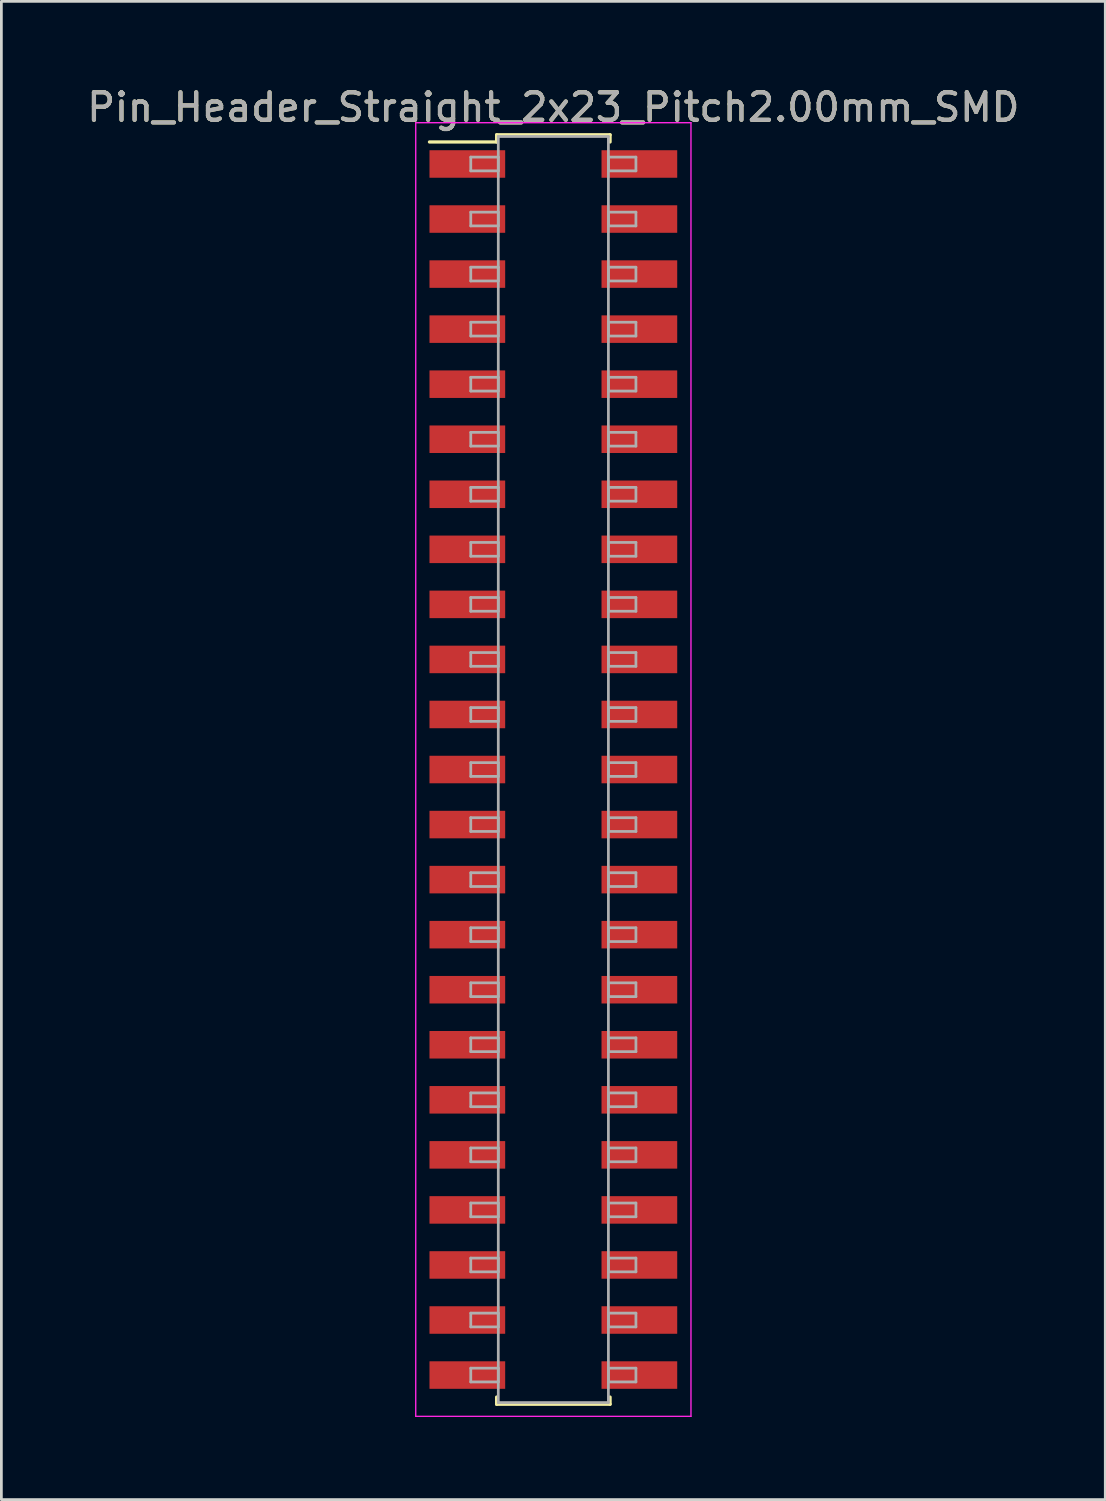
<source format=kicad_pcb>
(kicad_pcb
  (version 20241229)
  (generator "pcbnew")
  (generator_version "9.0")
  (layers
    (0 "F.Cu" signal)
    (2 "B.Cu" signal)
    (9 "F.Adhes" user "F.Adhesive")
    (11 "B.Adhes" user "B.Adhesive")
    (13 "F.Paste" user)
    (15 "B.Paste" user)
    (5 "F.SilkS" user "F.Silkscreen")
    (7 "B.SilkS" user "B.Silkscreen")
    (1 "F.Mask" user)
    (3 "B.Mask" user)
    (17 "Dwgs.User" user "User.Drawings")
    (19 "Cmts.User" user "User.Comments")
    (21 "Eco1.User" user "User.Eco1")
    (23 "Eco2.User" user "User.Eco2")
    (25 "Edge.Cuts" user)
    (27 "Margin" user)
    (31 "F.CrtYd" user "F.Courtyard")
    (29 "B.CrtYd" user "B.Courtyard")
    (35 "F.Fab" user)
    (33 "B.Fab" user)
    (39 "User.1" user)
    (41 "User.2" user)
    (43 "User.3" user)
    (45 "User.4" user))
  (footprint "Pin_Header_Straight_2x23_Pitch2.00mm_SMD"
    (layer "F.Cu")
    (at 17.054 24.908)
    (property "Reference" "Pin_Header_Straight_2x23_Pitch2.00mm_SMD" (at 0 -24.06 0) (layer "F.SilkS") (effects (font (size 1 1) (thickness 0.15))))
    (attr smd)
    (fp_line (start -4.5 -22.8) (end -2.06 -22.8) (stroke (width 0.12) (type solid)) (layer "F.SilkS"))
    (fp_line (start -2.06 -23.06) (end 2.06 -23.06) (stroke (width 0.12) (type solid)) (layer "F.SilkS"))
    (fp_line (start -2.06 -22.8) (end -2.06 -23.06) (stroke (width 0.12) (type solid)) (layer "F.SilkS"))
    (fp_line (start -2.06 22.8) (end -2.06 23.06) (stroke (width 0.12) (type solid)) (layer "F.SilkS"))
    (fp_line (start -2.06 23.06) (end 2.06 23.06) (stroke (width 0.12) (type solid)) (layer "F.SilkS"))
    (fp_line (start 2.06 -23.06) (end 2.06 -22.8) (stroke (width 0.12) (type solid)) (layer "F.SilkS"))
    (fp_line (start 2.06 23.06) (end 2.06 22.8) (stroke (width 0.12) (type solid)) (layer "F.SilkS"))
    (fp_line (start -5 -23.5) (end -5 23.5) (stroke (width 0.05) (type solid)) (layer "F.CrtYd"))
    (fp_line (start -5 23.5) (end 5 23.5) (stroke (width 0.05) (type solid)) (layer "F.CrtYd"))
    (fp_line (start 5 -23.5) (end -5 -23.5) (stroke (width 0.05) (type solid)) (layer "F.CrtYd"))
    (fp_line (start 5 23.5) (end 5 -23.5) (stroke (width 0.05) (type solid)) (layer "F.CrtYd"))
    (fp_line (start -3 -22.25) (end -2 -22.25) (stroke (width 0.1) (type solid)) (layer "F.Fab"))
    (fp_line (start -3 -21.75) (end -3 -22.25) (stroke (width 0.1) (type solid)) (layer "F.Fab"))
    (fp_line (start -3 -20.25) (end -2 -20.25) (stroke (width 0.1) (type solid)) (layer "F.Fab"))
    (fp_line (start -3 -19.75) (end -3 -20.25) (stroke (width 0.1) (type solid)) (layer "F.Fab"))
    (fp_line (start -3 -18.25) (end -2 -18.25) (stroke (width 0.1) (type solid)) (layer "F.Fab"))
    (fp_line (start -3 -17.75) (end -3 -18.25) (stroke (width 0.1) (type solid)) (layer "F.Fab"))
    (fp_line (start -3 -16.25) (end -2 -16.25) (stroke (width 0.1) (type solid)) (layer "F.Fab"))
    (fp_line (start -3 -15.75) (end -3 -16.25) (stroke (width 0.1) (type solid)) (layer "F.Fab"))
    (fp_line (start -3 -14.25) (end -2 -14.25) (stroke (width 0.1) (type solid)) (layer "F.Fab"))
    (fp_line (start -3 -13.75) (end -3 -14.25) (stroke (width 0.1) (type solid)) (layer "F.Fab"))
    (fp_line (start -3 -12.25) (end -2 -12.25) (stroke (width 0.1) (type solid)) (layer "F.Fab"))
    (fp_line (start -3 -11.75) (end -3 -12.25) (stroke (width 0.1) (type solid)) (layer "F.Fab"))
    (fp_line (start -3 -10.25) (end -2 -10.25) (stroke (width 0.1) (type solid)) (layer "F.Fab"))
    (fp_line (start -3 -9.75) (end -3 -10.25) (stroke (width 0.1) (type solid)) (layer "F.Fab"))
    (fp_line (start -3 -8.25) (end -2 -8.25) (stroke (width 0.1) (type solid)) (layer "F.Fab"))
    (fp_line (start -3 -7.75) (end -3 -8.25) (stroke (width 0.1) (type solid)) (layer "F.Fab"))
    (fp_line (start -3 -6.25) (end -2 -6.25) (stroke (width 0.1) (type solid)) (layer "F.Fab"))
    (fp_line (start -3 -5.75) (end -3 -6.25) (stroke (width 0.1) (type solid)) (layer "F.Fab"))
    (fp_line (start -3 -4.25) (end -2 -4.25) (stroke (width 0.1) (type solid)) (layer "F.Fab"))
    (fp_line (start -3 -3.75) (end -3 -4.25) (stroke (width 0.1) (type solid)) (layer "F.Fab"))
    (fp_line (start -3 -2.25) (end -2 -2.25) (stroke (width 0.1) (type solid)) (layer "F.Fab"))
    (fp_line (start -3 -1.75) (end -3 -2.25) (stroke (width 0.1) (type solid)) (layer "F.Fab"))
    (fp_line (start -3 -0.25) (end -2 -0.25) (stroke (width 0.1) (type solid)) (layer "F.Fab"))
    (fp_line (start -3 0.25) (end -3 -0.25) (stroke (width 0.1) (type solid)) (layer "F.Fab"))
    (fp_line (start -3 1.75) (end -2 1.75) (stroke (width 0.1) (type solid)) (layer "F.Fab"))
    (fp_line (start -3 2.25) (end -3 1.75) (stroke (width 0.1) (type solid)) (layer "F.Fab"))
    (fp_line (start -3 3.75) (end -2 3.75) (stroke (width 0.1) (type solid)) (layer "F.Fab"))
    (fp_line (start -3 4.25) (end -3 3.75) (stroke (width 0.1) (type solid)) (layer "F.Fab"))
    (fp_line (start -3 5.75) (end -2 5.75) (stroke (width 0.1) (type solid)) (layer "F.Fab"))
    (fp_line (start -3 6.25) (end -3 5.75) (stroke (width 0.1) (type solid)) (layer "F.Fab"))
    (fp_line (start -3 7.75) (end -2 7.75) (stroke (width 0.1) (type solid)) (layer "F.Fab"))
    (fp_line (start -3 8.25) (end -3 7.75) (stroke (width 0.1) (type solid)) (layer "F.Fab"))
    (fp_line (start -3 9.75) (end -2 9.75) (stroke (width 0.1) (type solid)) (layer "F.Fab"))
    (fp_line (start -3 10.25) (end -3 9.75) (stroke (width 0.1) (type solid)) (layer "F.Fab"))
    (fp_line (start -3 11.75) (end -2 11.75) (stroke (width 0.1) (type solid)) (layer "F.Fab"))
    (fp_line (start -3 12.25) (end -3 11.75) (stroke (width 0.1) (type solid)) (layer "F.Fab"))
    (fp_line (start -3 13.75) (end -2 13.75) (stroke (width 0.1) (type solid)) (layer "F.Fab"))
    (fp_line (start -3 14.25) (end -3 13.75) (stroke (width 0.1) (type solid)) (layer "F.Fab"))
    (fp_line (start -3 15.75) (end -2 15.75) (stroke (width 0.1) (type solid)) (layer "F.Fab"))
    (fp_line (start -3 16.25) (end -3 15.75) (stroke (width 0.1) (type solid)) (layer "F.Fab"))
    (fp_line (start -3 17.75) (end -2 17.75) (stroke (width 0.1) (type solid)) (layer "F.Fab"))
    (fp_line (start -3 18.25) (end -3 17.75) (stroke (width 0.1) (type solid)) (layer "F.Fab"))
    (fp_line (start -3 19.75) (end -2 19.75) (stroke (width 0.1) (type solid)) (layer "F.Fab"))
    (fp_line (start -3 20.25) (end -3 19.75) (stroke (width 0.1) (type solid)) (layer "F.Fab"))
    (fp_line (start -3 21.75) (end -2 21.75) (stroke (width 0.1) (type solid)) (layer "F.Fab"))
    (fp_line (start -3 22.25) (end -3 21.75) (stroke (width 0.1) (type solid)) (layer "F.Fab"))
    (fp_line (start -2 -23) (end -2 23) (stroke (width 0.1) (type solid)) (layer "F.Fab"))
    (fp_line (start -2 -22.25) (end -2 -21.75) (stroke (width 0.1) (type solid)) (layer "F.Fab"))
    (fp_line (start -2 -21.75) (end -3 -21.75) (stroke (width 0.1) (type solid)) (layer "F.Fab"))
    (fp_line (start -2 -20.25) (end -2 -19.75) (stroke (width 0.1) (type solid)) (layer "F.Fab"))
    (fp_line (start -2 -19.75) (end -3 -19.75) (stroke (width 0.1) (type solid)) (layer "F.Fab"))
    (fp_line (start -2 -18.25) (end -2 -17.75) (stroke (width 0.1) (type solid)) (layer "F.Fab"))
    (fp_line (start -2 -17.75) (end -3 -17.75) (stroke (width 0.1) (type solid)) (layer "F.Fab"))
    (fp_line (start -2 -16.25) (end -2 -15.75) (stroke (width 0.1) (type solid)) (layer "F.Fab"))
    (fp_line (start -2 -15.75) (end -3 -15.75) (stroke (width 0.1) (type solid)) (layer "F.Fab"))
    (fp_line (start -2 -14.25) (end -2 -13.75) (stroke (width 0.1) (type solid)) (layer "F.Fab"))
    (fp_line (start -2 -13.75) (end -3 -13.75) (stroke (width 0.1) (type solid)) (layer "F.Fab"))
    (fp_line (start -2 -12.25) (end -2 -11.75) (stroke (width 0.1) (type solid)) (layer "F.Fab"))
    (fp_line (start -2 -11.75) (end -3 -11.75) (stroke (width 0.1) (type solid)) (layer "F.Fab"))
    (fp_line (start -2 -10.25) (end -2 -9.75) (stroke (width 0.1) (type solid)) (layer "F.Fab"))
    (fp_line (start -2 -9.75) (end -3 -9.75) (stroke (width 0.1) (type solid)) (layer "F.Fab"))
    (fp_line (start -2 -8.25) (end -2 -7.75) (stroke (width 0.1) (type solid)) (layer "F.Fab"))
    (fp_line (start -2 -7.75) (end -3 -7.75) (stroke (width 0.1) (type solid)) (layer "F.Fab"))
    (fp_line (start -2 -6.25) (end -2 -5.75) (stroke (width 0.1) (type solid)) (layer "F.Fab"))
    (fp_line (start -2 -5.75) (end -3 -5.75) (stroke (width 0.1) (type solid)) (layer "F.Fab"))
    (fp_line (start -2 -4.25) (end -2 -3.75) (stroke (width 0.1) (type solid)) (layer "F.Fab"))
    (fp_line (start -2 -3.75) (end -3 -3.75) (stroke (width 0.1) (type solid)) (layer "F.Fab"))
    (fp_line (start -2 -2.25) (end -2 -1.75) (stroke (width 0.1) (type solid)) (layer "F.Fab"))
    (fp_line (start -2 -1.75) (end -3 -1.75) (stroke (width 0.1) (type solid)) (layer "F.Fab"))
    (fp_line (start -2 -0.25) (end -2 0.25) (stroke (width 0.1) (type solid)) (layer "F.Fab"))
    (fp_line (start -2 0.25) (end -3 0.25) (stroke (width 0.1) (type solid)) (layer "F.Fab"))
    (fp_line (start -2 1.75) (end -2 2.25) (stroke (width 0.1) (type solid)) (layer "F.Fab"))
    (fp_line (start -2 2.25) (end -3 2.25) (stroke (width 0.1) (type solid)) (layer "F.Fab"))
    (fp_line (start -2 3.75) (end -2 4.25) (stroke (width 0.1) (type solid)) (layer "F.Fab"))
    (fp_line (start -2 4.25) (end -3 4.25) (stroke (width 0.1) (type solid)) (layer "F.Fab"))
    (fp_line (start -2 5.75) (end -2 6.25) (stroke (width 0.1) (type solid)) (layer "F.Fab"))
    (fp_line (start -2 6.25) (end -3 6.25) (stroke (width 0.1) (type solid)) (layer "F.Fab"))
    (fp_line (start -2 7.75) (end -2 8.25) (stroke (width 0.1) (type solid)) (layer "F.Fab"))
    (fp_line (start -2 8.25) (end -3 8.25) (stroke (width 0.1) (type solid)) (layer "F.Fab"))
    (fp_line (start -2 9.75) (end -2 10.25) (stroke (width 0.1) (type solid)) (layer "F.Fab"))
    (fp_line (start -2 10.25) (end -3 10.25) (stroke (width 0.1) (type solid)) (layer "F.Fab"))
    (fp_line (start -2 11.75) (end -2 12.25) (stroke (width 0.1) (type solid)) (layer "F.Fab"))
    (fp_line (start -2 12.25) (end -3 12.25) (stroke (width 0.1) (type solid)) (layer "F.Fab"))
    (fp_line (start -2 13.75) (end -2 14.25) (stroke (width 0.1) (type solid)) (layer "F.Fab"))
    (fp_line (start -2 14.25) (end -3 14.25) (stroke (width 0.1) (type solid)) (layer "F.Fab"))
    (fp_line (start -2 15.75) (end -2 16.25) (stroke (width 0.1) (type solid)) (layer "F.Fab"))
    (fp_line (start -2 16.25) (end -3 16.25) (stroke (width 0.1) (type solid)) (layer "F.Fab"))
    (fp_line (start -2 17.75) (end -2 18.25) (stroke (width 0.1) (type solid)) (layer "F.Fab"))
    (fp_line (start -2 18.25) (end -3 18.25) (stroke (width 0.1) (type solid)) (layer "F.Fab"))
    (fp_line (start -2 19.75) (end -2 20.25) (stroke (width 0.1) (type solid)) (layer "F.Fab"))
    (fp_line (start -2 20.25) (end -3 20.25) (stroke (width 0.1) (type solid)) (layer "F.Fab"))
    (fp_line (start -2 21.75) (end -2 22.25) (stroke (width 0.1) (type solid)) (layer "F.Fab"))
    (fp_line (start -2 22.25) (end -3 22.25) (stroke (width 0.1) (type solid)) (layer "F.Fab"))
    (fp_line (start -2 23) (end 2 23) (stroke (width 0.1) (type solid)) (layer "F.Fab"))
    (fp_line (start 2 -23) (end -2 -23) (stroke (width 0.1) (type solid)) (layer "F.Fab"))
    (fp_line (start 2 -22.25) (end 2 -21.75) (stroke (width 0.1) (type solid)) (layer "F.Fab"))
    (fp_line (start 2 -21.75) (end 3 -21.75) (stroke (width 0.1) (type solid)) (layer "F.Fab"))
    (fp_line (start 2 -20.25) (end 2 -19.75) (stroke (width 0.1) (type solid)) (layer "F.Fab"))
    (fp_line (start 2 -19.75) (end 3 -19.75) (stroke (width 0.1) (type solid)) (layer "F.Fab"))
    (fp_line (start 2 -18.25) (end 2 -17.75) (stroke (width 0.1) (type solid)) (layer "F.Fab"))
    (fp_line (start 2 -17.75) (end 3 -17.75) (stroke (width 0.1) (type solid)) (layer "F.Fab"))
    (fp_line (start 2 -16.25) (end 2 -15.75) (stroke (width 0.1) (type solid)) (layer "F.Fab"))
    (fp_line (start 2 -15.75) (end 3 -15.75) (stroke (width 0.1) (type solid)) (layer "F.Fab"))
    (fp_line (start 2 -14.25) (end 2 -13.75) (stroke (width 0.1) (type solid)) (layer "F.Fab"))
    (fp_line (start 2 -13.75) (end 3 -13.75) (stroke (width 0.1) (type solid)) (layer "F.Fab"))
    (fp_line (start 2 -12.25) (end 2 -11.75) (stroke (width 0.1) (type solid)) (layer "F.Fab"))
    (fp_line (start 2 -11.75) (end 3 -11.75) (stroke (width 0.1) (type solid)) (layer "F.Fab"))
    (fp_line (start 2 -10.25) (end 2 -9.75) (stroke (width 0.1) (type solid)) (layer "F.Fab"))
    (fp_line (start 2 -9.75) (end 3 -9.75) (stroke (width 0.1) (type solid)) (layer "F.Fab"))
    (fp_line (start 2 -8.25) (end 2 -7.75) (stroke (width 0.1) (type solid)) (layer "F.Fab"))
    (fp_line (start 2 -7.75) (end 3 -7.75) (stroke (width 0.1) (type solid)) (layer "F.Fab"))
    (fp_line (start 2 -6.25) (end 2 -5.75) (stroke (width 0.1) (type solid)) (layer "F.Fab"))
    (fp_line (start 2 -5.75) (end 3 -5.75) (stroke (width 0.1) (type solid)) (layer "F.Fab"))
    (fp_line (start 2 -4.25) (end 2 -3.75) (stroke (width 0.1) (type solid)) (layer "F.Fab"))
    (fp_line (start 2 -3.75) (end 3 -3.75) (stroke (width 0.1) (type solid)) (layer "F.Fab"))
    (fp_line (start 2 -2.25) (end 2 -1.75) (stroke (width 0.1) (type solid)) (layer "F.Fab"))
    (fp_line (start 2 -1.75) (end 3 -1.75) (stroke (width 0.1) (type solid)) (layer "F.Fab"))
    (fp_line (start 2 -0.25) (end 2 0.25) (stroke (width 0.1) (type solid)) (layer "F.Fab"))
    (fp_line (start 2 0.25) (end 3 0.25) (stroke (width 0.1) (type solid)) (layer "F.Fab"))
    (fp_line (start 2 1.75) (end 2 2.25) (stroke (width 0.1) (type solid)) (layer "F.Fab"))
    (fp_line (start 2 2.25) (end 3 2.25) (stroke (width 0.1) (type solid)) (layer "F.Fab"))
    (fp_line (start 2 3.75) (end 2 4.25) (stroke (width 0.1) (type solid)) (layer "F.Fab"))
    (fp_line (start 2 4.25) (end 3 4.25) (stroke (width 0.1) (type solid)) (layer "F.Fab"))
    (fp_line (start 2 5.75) (end 2 6.25) (stroke (width 0.1) (type solid)) (layer "F.Fab"))
    (fp_line (start 2 6.25) (end 3 6.25) (stroke (width 0.1) (type solid)) (layer "F.Fab"))
    (fp_line (start 2 7.75) (end 2 8.25) (stroke (width 0.1) (type solid)) (layer "F.Fab"))
    (fp_line (start 2 8.25) (end 3 8.25) (stroke (width 0.1) (type solid)) (layer "F.Fab"))
    (fp_line (start 2 9.75) (end 2 10.25) (stroke (width 0.1) (type solid)) (layer "F.Fab"))
    (fp_line (start 2 10.25) (end 3 10.25) (stroke (width 0.1) (type solid)) (layer "F.Fab"))
    (fp_line (start 2 11.75) (end 2 12.25) (stroke (width 0.1) (type solid)) (layer "F.Fab"))
    (fp_line (start 2 12.25) (end 3 12.25) (stroke (width 0.1) (type solid)) (layer "F.Fab"))
    (fp_line (start 2 13.75) (end 2 14.25) (stroke (width 0.1) (type solid)) (layer "F.Fab"))
    (fp_line (start 2 14.25) (end 3 14.25) (stroke (width 0.1) (type solid)) (layer "F.Fab"))
    (fp_line (start 2 15.75) (end 2 16.25) (stroke (width 0.1) (type solid)) (layer "F.Fab"))
    (fp_line (start 2 16.25) (end 3 16.25) (stroke (width 0.1) (type solid)) (layer "F.Fab"))
    (fp_line (start 2 17.75) (end 2 18.25) (stroke (width 0.1) (type solid)) (layer "F.Fab"))
    (fp_line (start 2 18.25) (end 3 18.25) (stroke (width 0.1) (type solid)) (layer "F.Fab"))
    (fp_line (start 2 19.75) (end 2 20.25) (stroke (width 0.1) (type solid)) (layer "F.Fab"))
    (fp_line (start 2 20.25) (end 3 20.25) (stroke (width 0.1) (type solid)) (layer "F.Fab"))
    (fp_line (start 2 21.75) (end 2 22.25) (stroke (width 0.1) (type solid)) (layer "F.Fab"))
    (fp_line (start 2 22.25) (end 3 22.25) (stroke (width 0.1) (type solid)) (layer "F.Fab"))
    (fp_line (start 2 23) (end 2 -23) (stroke (width 0.1) (type solid)) (layer "F.Fab"))
    (fp_line (start 3 -22.25) (end 2 -22.25) (stroke (width 0.1) (type solid)) (layer "F.Fab"))
    (fp_line (start 3 -21.75) (end 3 -22.25) (stroke (width 0.1) (type solid)) (layer "F.Fab"))
    (fp_line (start 3 -20.25) (end 2 -20.25) (stroke (width 0.1) (type solid)) (layer "F.Fab"))
    (fp_line (start 3 -19.75) (end 3 -20.25) (stroke (width 0.1) (type solid)) (layer "F.Fab"))
    (fp_line (start 3 -18.25) (end 2 -18.25) (stroke (width 0.1) (type solid)) (layer "F.Fab"))
    (fp_line (start 3 -17.75) (end 3 -18.25) (stroke (width 0.1) (type solid)) (layer "F.Fab"))
    (fp_line (start 3 -16.25) (end 2 -16.25) (stroke (width 0.1) (type solid)) (layer "F.Fab"))
    (fp_line (start 3 -15.75) (end 3 -16.25) (stroke (width 0.1) (type solid)) (layer "F.Fab"))
    (fp_line (start 3 -14.25) (end 2 -14.25) (stroke (width 0.1) (type solid)) (layer "F.Fab"))
    (fp_line (start 3 -13.75) (end 3 -14.25) (stroke (width 0.1) (type solid)) (layer "F.Fab"))
    (fp_line (start 3 -12.25) (end 2 -12.25) (stroke (width 0.1) (type solid)) (layer "F.Fab"))
    (fp_line (start 3 -11.75) (end 3 -12.25) (stroke (width 0.1) (type solid)) (layer "F.Fab"))
    (fp_line (start 3 -10.25) (end 2 -10.25) (stroke (width 0.1) (type solid)) (layer "F.Fab"))
    (fp_line (start 3 -9.75) (end 3 -10.25) (stroke (width 0.1) (type solid)) (layer "F.Fab"))
    (fp_line (start 3 -8.25) (end 2 -8.25) (stroke (width 0.1) (type solid)) (layer "F.Fab"))
    (fp_line (start 3 -7.75) (end 3 -8.25) (stroke (width 0.1) (type solid)) (layer "F.Fab"))
    (fp_line (start 3 -6.25) (end 2 -6.25) (stroke (width 0.1) (type solid)) (layer "F.Fab"))
    (fp_line (start 3 -5.75) (end 3 -6.25) (stroke (width 0.1) (type solid)) (layer "F.Fab"))
    (fp_line (start 3 -4.25) (end 2 -4.25) (stroke (width 0.1) (type solid)) (layer "F.Fab"))
    (fp_line (start 3 -3.75) (end 3 -4.25) (stroke (width 0.1) (type solid)) (layer "F.Fab"))
    (fp_line (start 3 -2.25) (end 2 -2.25) (stroke (width 0.1) (type solid)) (layer "F.Fab"))
    (fp_line (start 3 -1.75) (end 3 -2.25) (stroke (width 0.1) (type solid)) (layer "F.Fab"))
    (fp_line (start 3 -0.25) (end 2 -0.25) (stroke (width 0.1) (type solid)) (layer "F.Fab"))
    (fp_line (start 3 0.25) (end 3 -0.25) (stroke (width 0.1) (type solid)) (layer "F.Fab"))
    (fp_line (start 3 1.75) (end 2 1.75) (stroke (width 0.1) (type solid)) (layer "F.Fab"))
    (fp_line (start 3 2.25) (end 3 1.75) (stroke (width 0.1) (type solid)) (layer "F.Fab"))
    (fp_line (start 3 3.75) (end 2 3.75) (stroke (width 0.1) (type solid)) (layer "F.Fab"))
    (fp_line (start 3 4.25) (end 3 3.75) (stroke (width 0.1) (type solid)) (layer "F.Fab"))
    (fp_line (start 3 5.75) (end 2 5.75) (stroke (width 0.1) (type solid)) (layer "F.Fab"))
    (fp_line (start 3 6.25) (end 3 5.75) (stroke (width 0.1) (type solid)) (layer "F.Fab"))
    (fp_line (start 3 7.75) (end 2 7.75) (stroke (width 0.1) (type solid)) (layer "F.Fab"))
    (fp_line (start 3 8.25) (end 3 7.75) (stroke (width 0.1) (type solid)) (layer "F.Fab"))
    (fp_line (start 3 9.75) (end 2 9.75) (stroke (width 0.1) (type solid)) (layer "F.Fab"))
    (fp_line (start 3 10.25) (end 3 9.75) (stroke (width 0.1) (type solid)) (layer "F.Fab"))
    (fp_line (start 3 11.75) (end 2 11.75) (stroke (width 0.1) (type solid)) (layer "F.Fab"))
    (fp_line (start 3 12.25) (end 3 11.75) (stroke (width 0.1) (type solid)) (layer "F.Fab"))
    (fp_line (start 3 13.75) (end 2 13.75) (stroke (width 0.1) (type solid)) (layer "F.Fab"))
    (fp_line (start 3 14.25) (end 3 13.75) (stroke (width 0.1) (type solid)) (layer "F.Fab"))
    (fp_line (start 3 15.75) (end 2 15.75) (stroke (width 0.1) (type solid)) (layer "F.Fab"))
    (fp_line (start 3 16.25) (end 3 15.75) (stroke (width 0.1) (type solid)) (layer "F.Fab"))
    (fp_line (start 3 17.75) (end 2 17.75) (stroke (width 0.1) (type solid)) (layer "F.Fab"))
    (fp_line (start 3 18.25) (end 3 17.75) (stroke (width 0.1) (type solid)) (layer "F.Fab"))
    (fp_line (start 3 19.75) (end 2 19.75) (stroke (width 0.1) (type solid)) (layer "F.Fab"))
    (fp_line (start 3 20.25) (end 3 19.75) (stroke (width 0.1) (type solid)) (layer "F.Fab"))
    (fp_line (start 3 21.75) (end 2 21.75) (stroke (width 0.1) (type solid)) (layer "F.Fab"))
    (fp_line (start 3 22.25) (end 3 21.75) (stroke (width 0.1) (type solid)) (layer "F.Fab"))
    (fp_text user "${REFERENCE}" (at 0 -24.06 0) (layer "F.Fab") (effects (font (size 1 1) (thickness 0.15))))
    (pad "1" smd rect (at -3.125 -22) (size 2.75 1) (layers "F.Cu" "F.Mask" "F.Paste"))
    (pad "2" smd rect (at 3.125 -22) (size 2.75 1) (layers "F.Cu" "F.Mask" "F.Paste"))
    (pad "3" smd rect (at -3.125 -20) (size 2.75 1) (layers "F.Cu" "F.Mask" "F.Paste"))
    (pad "4" smd rect (at 3.125 -20) (size 2.75 1) (layers "F.Cu" "F.Mask" "F.Paste"))
    (pad "5" smd rect (at -3.125 -18) (size 2.75 1) (layers "F.Cu" "F.Mask" "F.Paste"))
    (pad "6" smd rect (at 3.125 -18) (size 2.75 1) (layers "F.Cu" "F.Mask" "F.Paste"))
    (pad "7" smd rect (at -3.125 -16) (size 2.75 1) (layers "F.Cu" "F.Mask" "F.Paste"))
    (pad "8" smd rect (at 3.125 -16) (size 2.75 1) (layers "F.Cu" "F.Mask" "F.Paste"))
    (pad "9" smd rect (at -3.125 -14) (size 2.75 1) (layers "F.Cu" "F.Mask" "F.Paste"))
    (pad "10" smd rect (at 3.125 -14) (size 2.75 1) (layers "F.Cu" "F.Mask" "F.Paste"))
    (pad "11" smd rect (at -3.125 -12) (size 2.75 1) (layers "F.Cu" "F.Mask" "F.Paste"))
    (pad "12" smd rect (at 3.125 -12) (size 2.75 1) (layers "F.Cu" "F.Mask" "F.Paste"))
    (pad "13" smd rect (at -3.125 -10) (size 2.75 1) (layers "F.Cu" "F.Mask" "F.Paste"))
    (pad "14" smd rect (at 3.125 -10) (size 2.75 1) (layers "F.Cu" "F.Mask" "F.Paste"))
    (pad "15" smd rect (at -3.125 -8) (size 2.75 1) (layers "F.Cu" "F.Mask" "F.Paste"))
    (pad "16" smd rect (at 3.125 -8) (size 2.75 1) (layers "F.Cu" "F.Mask" "F.Paste"))
    (pad "17" smd rect (at -3.125 -6) (size 2.75 1) (layers "F.Cu" "F.Mask" "F.Paste"))
    (pad "18" smd rect (at 3.125 -6) (size 2.75 1) (layers "F.Cu" "F.Mask" "F.Paste"))
    (pad "19" smd rect (at -3.125 -4) (size 2.75 1) (layers "F.Cu" "F.Mask" "F.Paste"))
    (pad "20" smd rect (at 3.125 -4) (size 2.75 1) (layers "F.Cu" "F.Mask" "F.Paste"))
    (pad "21" smd rect (at -3.125 -2) (size 2.75 1) (layers "F.Cu" "F.Mask" "F.Paste"))
    (pad "22" smd rect (at 3.125 -2) (size 2.75 1) (layers "F.Cu" "F.Mask" "F.Paste"))
    (pad "23" smd rect (at -3.125 0) (size 2.75 1) (layers "F.Cu" "F.Mask" "F.Paste"))
    (pad "24" smd rect (at 3.125 0) (size 2.75 1) (layers "F.Cu" "F.Mask" "F.Paste"))
    (pad "25" smd rect (at -3.125 2) (size 2.75 1) (layers "F.Cu" "F.Mask" "F.Paste"))
    (pad "26" smd rect (at 3.125 2) (size 2.75 1) (layers "F.Cu" "F.Mask" "F.Paste"))
    (pad "27" smd rect (at -3.125 4) (size 2.75 1) (layers "F.Cu" "F.Mask" "F.Paste"))
    (pad "28" smd rect (at 3.125 4) (size 2.75 1) (layers "F.Cu" "F.Mask" "F.Paste"))
    (pad "29" smd rect (at -3.125 6) (size 2.75 1) (layers "F.Cu" "F.Mask" "F.Paste"))
    (pad "30" smd rect (at 3.125 6) (size 2.75 1) (layers "F.Cu" "F.Mask" "F.Paste"))
    (pad "31" smd rect (at -3.125 8) (size 2.75 1) (layers "F.Cu" "F.Mask" "F.Paste"))
    (pad "32" smd rect (at 3.125 8) (size 2.75 1) (layers "F.Cu" "F.Mask" "F.Paste"))
    (pad "33" smd rect (at -3.125 10) (size 2.75 1) (layers "F.Cu" "F.Mask" "F.Paste"))
    (pad "34" smd rect (at 3.125 10) (size 2.75 1) (layers "F.Cu" "F.Mask" "F.Paste"))
    (pad "35" smd rect (at -3.125 12) (size 2.75 1) (layers "F.Cu" "F.Mask" "F.Paste"))
    (pad "36" smd rect (at 3.125 12) (size 2.75 1) (layers "F.Cu" "F.Mask" "F.Paste"))
    (pad "37" smd rect (at -3.125 14) (size 2.75 1) (layers "F.Cu" "F.Mask" "F.Paste"))
    (pad "38" smd rect (at 3.125 14) (size 2.75 1) (layers "F.Cu" "F.Mask" "F.Paste"))
    (pad "39" smd rect (at -3.125 16) (size 2.75 1) (layers "F.Cu" "F.Mask" "F.Paste"))
    (pad "40" smd rect (at 3.125 16) (size 2.75 1) (layers "F.Cu" "F.Mask" "F.Paste"))
    (pad "41" smd rect (at -3.125 18) (size 2.75 1) (layers "F.Cu" "F.Mask" "F.Paste"))
    (pad "42" smd rect (at 3.125 18) (size 2.75 1) (layers "F.Cu" "F.Mask" "F.Paste"))
    (pad "43" smd rect (at -3.125 20) (size 2.75 1) (layers "F.Cu" "F.Mask" "F.Paste"))
    (pad "44" smd rect (at 3.125 20) (size 2.75 1) (layers "F.Cu" "F.Mask" "F.Paste"))
    (pad "45" smd rect (at -3.125 22) (size 2.75 1) (layers "F.Cu" "F.Mask" "F.Paste"))
    (pad "46" smd rect (at 3.125 22) (size 2.75 1) (layers "F.Cu" "F.Mask" "F.Paste")))
  (gr_rect
    (start -3 -3)
    (end 37.107 51.433)
    (stroke (width 0.1) (type default))
    (fill no)
    (layer "Edge.Cuts")))
</source>
